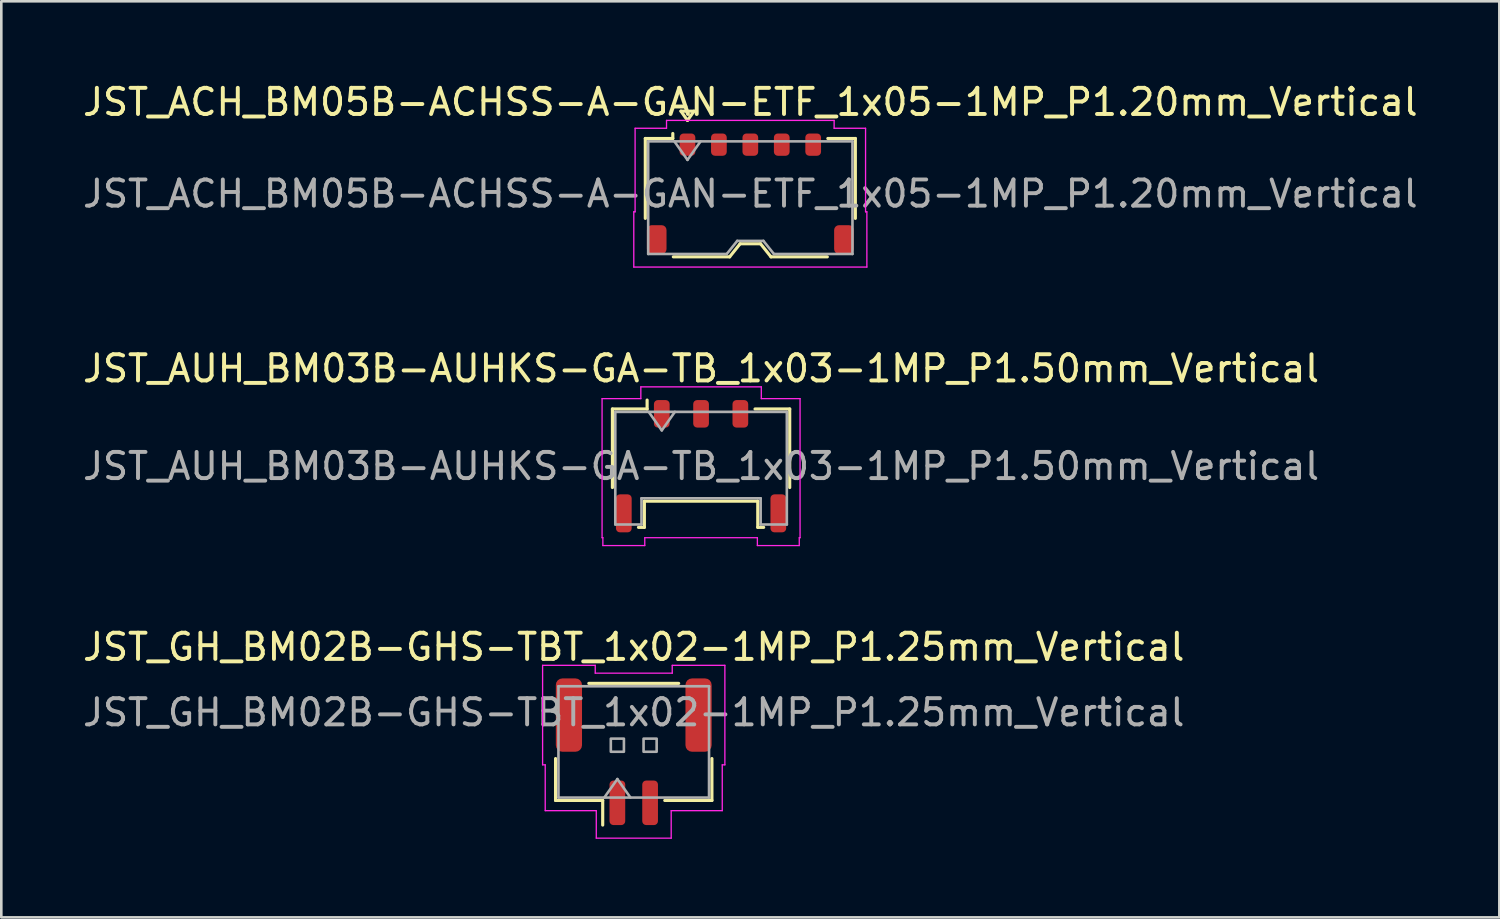
<source format=kicad_pcb>
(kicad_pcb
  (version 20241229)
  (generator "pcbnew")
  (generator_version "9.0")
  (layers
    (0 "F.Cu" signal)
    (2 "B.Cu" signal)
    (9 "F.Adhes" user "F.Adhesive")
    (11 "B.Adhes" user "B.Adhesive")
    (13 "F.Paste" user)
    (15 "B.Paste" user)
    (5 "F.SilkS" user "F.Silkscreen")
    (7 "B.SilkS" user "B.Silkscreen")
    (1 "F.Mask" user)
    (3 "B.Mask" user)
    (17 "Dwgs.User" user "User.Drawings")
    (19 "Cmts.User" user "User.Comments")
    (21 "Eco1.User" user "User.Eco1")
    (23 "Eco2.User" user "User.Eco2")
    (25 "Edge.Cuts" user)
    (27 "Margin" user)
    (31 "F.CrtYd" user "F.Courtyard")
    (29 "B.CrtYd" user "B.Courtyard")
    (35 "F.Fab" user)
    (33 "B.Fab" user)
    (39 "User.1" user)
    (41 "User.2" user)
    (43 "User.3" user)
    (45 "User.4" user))
  (footprint "JST_AUH_BM03B-AUHKS-GA-TB_1x03-1MP_P1.50mm_Vertical"
    (layer "F.Cu")
    (at 23.72 14.752)
    (property "Reference" "JST_AUH_BM03B-AUHKS-GA-TB_1x03-1MP_P1.50mm_Vertical" (at 0 -3.73 0) (layer "F.SilkS") (effects (font (size 1 1) (thickness 0.15))))
    (attr smd)
    (fp_line (start -3.385 -2.185) (end -2.06 -2.185) (stroke (width 0.12) (type solid)) (layer "F.SilkS"))
    (fp_line (start -3.385 0.815) (end -3.385 -2.185) (stroke (width 0.12) (type solid)) (layer "F.SilkS"))
    (fp_line (start -2.39 2.335) (end -2.165 2.335) (stroke (width 0.12) (type solid)) (layer "F.SilkS"))
    (fp_line (start -2.165 1.335) (end 2.165 1.335) (stroke (width 0.12) (type solid)) (layer "F.SilkS"))
    (fp_line (start -2.165 2.335) (end -2.165 1.335) (stroke (width 0.12) (type solid)) (layer "F.SilkS"))
    (fp_line (start -2.06 -2.185) (end -2.06 -2.525) (stroke (width 0.12) (type solid)) (layer "F.SilkS"))
    (fp_line (start 2.165 1.335) (end 2.165 2.335) (stroke (width 0.12) (type solid)) (layer "F.SilkS"))
    (fp_line (start 2.165 2.335) (end 2.39 2.335) (stroke (width 0.12) (type solid)) (layer "F.SilkS"))
    (fp_line (start 3.385 -2.185) (end 2.06 -2.185) (stroke (width 0.12) (type solid)) (layer "F.SilkS"))
    (fp_line (start 3.385 0.815) (end 3.385 -2.185) (stroke (width 0.12) (type solid)) (layer "F.SilkS"))
    (fp_line (start -3.78 -2.58) (end -2.3 -2.58) (stroke (width 0.05) (type solid)) (layer "F.CrtYd"))
    (fp_line (start -3.78 2.73) (end -3.78 -2.58) (stroke (width 0.05) (type solid)) (layer "F.CrtYd"))
    (fp_line (start -3.75 2.73) (end -3.78 2.73) (stroke (width 0.05) (type solid)) (layer "F.CrtYd"))
    (fp_line (start -3.75 3.03) (end -3.75 2.73) (stroke (width 0.05) (type solid)) (layer "F.CrtYd"))
    (fp_line (start -2.3 -3.03) (end 2.3 -3.03) (stroke (width 0.05) (type solid)) (layer "F.CrtYd"))
    (fp_line (start -2.3 -2.58) (end -2.3 -3.03) (stroke (width 0.05) (type solid)) (layer "F.CrtYd"))
    (fp_line (start -2.15 2.73) (end -2.15 3.03) (stroke (width 0.05) (type solid)) (layer "F.CrtYd"))
    (fp_line (start -2.15 3.03) (end -3.75 3.03) (stroke (width 0.05) (type solid)) (layer "F.CrtYd"))
    (fp_line (start 2.15 2.73) (end -2.15 2.73) (stroke (width 0.05) (type solid)) (layer "F.CrtYd"))
    (fp_line (start 2.15 3.03) (end 2.15 2.73) (stroke (width 0.05) (type solid)) (layer "F.CrtYd"))
    (fp_line (start 2.3 -3.03) (end 2.3 -2.58) (stroke (width 0.05) (type solid)) (layer "F.CrtYd"))
    (fp_line (start 2.3 -2.58) (end 3.78 -2.58) (stroke (width 0.05) (type solid)) (layer "F.CrtYd"))
    (fp_line (start 3.75 2.73) (end 3.75 3.03) (stroke (width 0.05) (type solid)) (layer "F.CrtYd"))
    (fp_line (start 3.75 3.03) (end 2.15 3.03) (stroke (width 0.05) (type solid)) (layer "F.CrtYd"))
    (fp_line (start 3.78 -2.58) (end 3.78 2.73) (stroke (width 0.05) (type solid)) (layer "F.CrtYd"))
    (fp_line (start 3.78 2.73) (end 3.75 2.73) (stroke (width 0.05) (type solid)) (layer "F.CrtYd"))
    (fp_line (start -3.275 -2.075) (end -3.275 2.225) (stroke (width 0.1) (type solid)) (layer "F.Fab"))
    (fp_line (start -3.275 -2.075) (end 3.275 -2.075) (stroke (width 0.1) (type solid)) (layer "F.Fab"))
    (fp_line (start -3.275 2.225) (end -2.275 2.225) (stroke (width 0.1) (type solid)) (layer "F.Fab"))
    (fp_line (start -2.275 1.225) (end 2.275 1.225) (stroke (width 0.1) (type solid)) (layer "F.Fab"))
    (fp_line (start -2.275 2.225) (end -2.275 1.225) (stroke (width 0.1) (type solid)) (layer "F.Fab"))
    (fp_line (start -2 -2.075) (end -1.5 -1.368) (stroke (width 0.1) (type solid)) (layer "F.Fab"))
    (fp_line (start -1.5 -1.368) (end -1 -2.075) (stroke (width 0.1) (type solid)) (layer "F.Fab"))
    (fp_line (start 2.275 1.225) (end 2.275 2.225) (stroke (width 0.1) (type solid)) (layer "F.Fab"))
    (fp_line (start 2.275 2.225) (end 3.275 2.225) (stroke (width 0.1) (type solid)) (layer "F.Fab"))
    (fp_line (start 3.275 -2.075) (end 3.275 2.225) (stroke (width 0.1) (type solid)) (layer "F.Fab"))
    (fp_text user "${REFERENCE}" (at 0 0 0) (layer "F.Fab") (effects (font (size 1 1) (thickness 0.15))))
    (pad "1" smd roundrect (at -1.5 -2) (size 0.6 1.05) (layers "F.Cu" "F.Mask" "F.Paste") (roundrect_rratio 0.25))
    (pad "2" smd roundrect (at 0 -2) (size 0.6 1.05) (layers "F.Cu" "F.Mask" "F.Paste") (roundrect_rratio 0.25))
    (pad "3" smd roundrect (at 1.5 -2) (size 0.6 1.05) (layers "F.Cu" "F.Mask" "F.Paste") (roundrect_rratio 0.25))
    (pad "MP" smd roundrect (at -2.95 1.8) (size 0.6 1.45) (layers "F.Cu" "F.Mask" "F.Paste") (roundrect_rratio 0.25))
    (pad "MP" smd roundrect (at 2.95 1.8) (size 0.6 1.45) (layers "F.Cu" "F.Mask" "F.Paste") (roundrect_rratio 0.25)))
  (footprint "JST_ACH_BM05B-ACHSS-A-GAN-ETF_1x05-1MP_P1.20mm_Vertical"
    (layer "F.Cu")
    (at 25.601 4.348)
    (property "Reference" "JST_ACH_BM05B-ACHSS-A-GAN-ETF_1x05-1MP_P1.20mm_Vertical" (at 0 -3.5 0) (layer "F.SilkS") (effects (font (size 1 1) (thickness 0.15))))
    (attr smd)
    (fp_line (start -4.01 -2.11) (end -2.96 -2.11) (stroke (width 0.12) (type solid)) (layer "F.SilkS"))
    (fp_line (start -4.01 0.94) (end -4.01 -2.11) (stroke (width 0.12) (type solid)) (layer "F.SilkS"))
    (fp_line (start -2.96 -2.11) (end -2.96 -2.3) (stroke (width 0.12) (type solid)) (layer "F.SilkS"))
    (fp_line (start -2.94 2.41) (end -0.79 2.41) (stroke (width 0.12) (type solid)) (layer "F.SilkS"))
    (fp_line (start -2.65 -3.154) (end -2.4 -2.8) (stroke (width 0.12) (type solid)) (layer "F.SilkS"))
    (fp_line (start -2.4 -2.8) (end -2.15 -3.154) (stroke (width 0.12) (type solid)) (layer "F.SilkS"))
    (fp_line (start -2.15 -3.154) (end -2.65 -3.154) (stroke (width 0.12) (type solid)) (layer "F.SilkS"))
    (fp_line (start -0.79 2.41) (end -0.39 1.91) (stroke (width 0.12) (type solid)) (layer "F.SilkS"))
    (fp_line (start -0.39 1.91) (end 0.39 1.91) (stroke (width 0.12) (type solid)) (layer "F.SilkS"))
    (fp_line (start 0.39 1.91) (end 0.79 2.41) (stroke (width 0.12) (type solid)) (layer "F.SilkS"))
    (fp_line (start 0.79 2.41) (end 2.94 2.41) (stroke (width 0.12) (type solid)) (layer "F.SilkS"))
    (fp_line (start 4.01 -2.11) (end 2.96 -2.11) (stroke (width 0.12) (type solid)) (layer "F.SilkS"))
    (fp_line (start 4.01 0.94) (end 4.01 -2.11) (stroke (width 0.12) (type solid)) (layer "F.SilkS"))
    (fp_line (start -4.45 0.69) (end -4.4 0.69) (stroke (width 0.05) (type solid)) (layer "F.CrtYd"))
    (fp_line (start -4.45 2.8) (end -4.45 0.69) (stroke (width 0.05) (type solid)) (layer "F.CrtYd"))
    (fp_line (start -4.4 -2.5) (end -3.2 -2.5) (stroke (width 0.05) (type solid)) (layer "F.CrtYd"))
    (fp_line (start -4.4 0.69) (end -4.4 -2.5) (stroke (width 0.05) (type solid)) (layer "F.CrtYd"))
    (fp_line (start -3.2 -2.8) (end 3.2 -2.8) (stroke (width 0.05) (type solid)) (layer "F.CrtYd"))
    (fp_line (start -3.2 -2.5) (end -3.2 -2.8) (stroke (width 0.05) (type solid)) (layer "F.CrtYd"))
    (fp_line (start 3.2 -2.8) (end 3.2 -2.5) (stroke (width 0.05) (type solid)) (layer "F.CrtYd"))
    (fp_line (start 3.2 -2.5) (end 4.4 -2.5) (stroke (width 0.05) (type solid)) (layer "F.CrtYd"))
    (fp_line (start 4.4 -2.5) (end 4.4 0.69) (stroke (width 0.05) (type solid)) (layer "F.CrtYd"))
    (fp_line (start 4.4 0.69) (end 4.45 0.69) (stroke (width 0.05) (type solid)) (layer "F.CrtYd"))
    (fp_line (start 4.45 0.69) (end 4.45 2.8) (stroke (width 0.05) (type solid)) (layer "F.CrtYd"))
    (fp_line (start 4.45 2.8) (end -4.45 2.8) (stroke (width 0.05) (type solid)) (layer "F.CrtYd"))
    (fp_line (start -3.9 -2) (end -3.9 2.3) (stroke (width 0.1) (type solid)) (layer "F.Fab"))
    (fp_line (start -3.9 -2) (end 3.9 -2) (stroke (width 0.1) (type solid)) (layer "F.Fab"))
    (fp_line (start -3.9 2.3) (end -0.9 2.3) (stroke (width 0.1) (type solid)) (layer "F.Fab"))
    (fp_line (start -2.9 -2) (end -2.4 -1.293) (stroke (width 0.1) (type solid)) (layer "F.Fab"))
    (fp_line (start -2.4 -1.293) (end -1.9 -2) (stroke (width 0.1) (type solid)) (layer "F.Fab"))
    (fp_line (start -0.9 2.3) (end -0.5 1.8) (stroke (width 0.1) (type solid)) (layer "F.Fab"))
    (fp_line (start -0.5 1.8) (end 0.5 1.8) (stroke (width 0.1) (type solid)) (layer "F.Fab"))
    (fp_line (start 0.5 1.8) (end 0.9 2.3) (stroke (width 0.1) (type solid)) (layer "F.Fab"))
    (fp_line (start 0.9 2.3) (end 3.9 2.3) (stroke (width 0.1) (type solid)) (layer "F.Fab"))
    (fp_line (start 3.9 -2) (end 3.9 2.3) (stroke (width 0.1) (type solid)) (layer "F.Fab"))
    (fp_text user "${REFERENCE}" (at 0 0 0) (layer "F.Fab") (effects (font (size 1 1) (thickness 0.15))))
    (pad "1" smd roundrect (at -2.4 -1.875) (size 0.6 0.85) (layers "F.Cu" "F.Mask" "F.Paste") (roundrect_rratio 0.25))
    (pad "2" smd roundrect (at -1.2 -1.875) (size 0.6 0.85) (layers "F.Cu" "F.Mask" "F.Paste") (roundrect_rratio 0.25))
    (pad "3" smd roundrect (at 0 -1.875) (size 0.6 0.85) (layers "F.Cu" "F.Mask" "F.Paste") (roundrect_rratio 0.25))
    (pad "4" smd roundrect (at 1.2 -1.875) (size 0.6 0.85) (layers "F.Cu" "F.Mask" "F.Paste") (roundrect_rratio 0.25))
    (pad "5" smd roundrect (at 2.4 -1.875) (size 0.6 0.85) (layers "F.Cu" "F.Mask" "F.Paste") (roundrect_rratio 0.25))
    (pad "MP" smd roundrect (at -3.575 1.75) (size 0.75 1.1) (layers "F.Cu" "F.Mask" "F.Paste") (roundrect_rratio 0.25))
    (pad "MP" smd roundrect (at 3.575 1.75) (size 0.75 1.1) (layers "F.Cu" "F.Mask" "F.Paste") (roundrect_rratio 0.25)))
  (footprint "JST_GH_BM02B-GHS-TBT_1x02-1MP_P1.25mm_Vertical"
    (layer "F.Cu")
    (at 21.149 25.655)
    (property "Reference" "JST_GH_BM02B-GHS-TBT_1x02-1MP_P1.25mm_Vertical" (at 0 -4 0) (layer "F.SilkS") (effects (font (size 1 1) (thickness 0.15))))
    (attr smd)
    (fp_line (start -2.985 0.26) (end -2.985 1.86) (stroke (width 0.12) (type solid)) (layer "F.SilkS"))
    (fp_line (start -2.985 1.86) (end -1.185 1.86) (stroke (width 0.12) (type solid)) (layer "F.SilkS"))
    (fp_line (start -1.715 -2.61) (end 1.715 -2.61) (stroke (width 0.12) (type solid)) (layer "F.SilkS"))
    (fp_line (start -1.185 1.86) (end -1.185 2.8) (stroke (width 0.12) (type solid)) (layer "F.SilkS"))
    (fp_line (start 2.985 0.26) (end 2.985 1.86) (stroke (width 0.12) (type solid)) (layer "F.SilkS"))
    (fp_line (start 2.985 1.86) (end 1.185 1.86) (stroke (width 0.12) (type solid)) (layer "F.SilkS"))
    (fp_line (start -3.48 -3.3) (end -1.47 -3.3) (stroke (width 0.05) (type solid)) (layer "F.CrtYd"))
    (fp_line (start -3.48 0.5) (end -3.48 -3.3) (stroke (width 0.05) (type solid)) (layer "F.CrtYd"))
    (fp_line (start -3.38 0.5) (end -3.48 0.5) (stroke (width 0.05) (type solid)) (layer "F.CrtYd"))
    (fp_line (start -3.38 2.25) (end -3.38 0.5) (stroke (width 0.05) (type solid)) (layer "F.CrtYd"))
    (fp_line (start -1.47 -3.3) (end -1.47 -3) (stroke (width 0.05) (type solid)) (layer "F.CrtYd"))
    (fp_line (start -1.47 -3) (end 1.47 -3) (stroke (width 0.05) (type solid)) (layer "F.CrtYd"))
    (fp_line (start -1.43 2.25) (end -3.38 2.25) (stroke (width 0.05) (type solid)) (layer "F.CrtYd"))
    (fp_line (start -1.43 3.3) (end -1.43 2.25) (stroke (width 0.05) (type solid)) (layer "F.CrtYd"))
    (fp_line (start 1.43 2.25) (end 1.43 3.3) (stroke (width 0.05) (type solid)) (layer "F.CrtYd"))
    (fp_line (start 1.43 3.3) (end -1.43 3.3) (stroke (width 0.05) (type solid)) (layer "F.CrtYd"))
    (fp_line (start 1.47 -3.3) (end 3.48 -3.3) (stroke (width 0.05) (type solid)) (layer "F.CrtYd"))
    (fp_line (start 1.47 -3) (end 1.47 -3.3) (stroke (width 0.05) (type solid)) (layer "F.CrtYd"))
    (fp_line (start 3.38 0.5) (end 3.38 2.25) (stroke (width 0.05) (type solid)) (layer "F.CrtYd"))
    (fp_line (start 3.38 2.25) (end 1.43 2.25) (stroke (width 0.05) (type solid)) (layer "F.CrtYd"))
    (fp_line (start 3.48 -3.3) (end 3.48 0.5) (stroke (width 0.05) (type solid)) (layer "F.CrtYd"))
    (fp_line (start 3.48 0.5) (end 3.38 0.5) (stroke (width 0.05) (type solid)) (layer "F.CrtYd"))
    (fp_line (start -2.875 -2.5) (end 2.875 -2.5) (stroke (width 0.1) (type solid)) (layer "F.Fab"))
    (fp_line (start -2.875 1.75) (end -2.875 -2.5) (stroke (width 0.1) (type solid)) (layer "F.Fab"))
    (fp_line (start -2.875 1.75) (end 2.875 1.75) (stroke (width 0.1) (type solid)) (layer "F.Fab"))
    (fp_line (start -1.125 1.75) (end -0.625 1.043) (stroke (width 0.1) (type solid)) (layer "F.Fab"))
    (fp_line (start -0.625 1.043) (end -0.125 1.75) (stroke (width 0.1) (type solid)) (layer "F.Fab"))
    (fp_line (start 2.875 1.75) (end 2.875 -2.5) (stroke (width 0.1) (type solid)) (layer "F.Fab"))
    (fp_rect (start -0.875 -0.5) (end -0.375 0) (stroke (width 0.1) (type solid)) (fill no) (layer "F.Fab"))
    (fp_rect (start 0.375 -0.5) (end 0.875 0) (stroke (width 0.1) (type solid)) (fill no) (layer "F.Fab"))
    (fp_text user "${REFERENCE}" (at 0 -1.5 0) (layer "F.Fab") (effects (font (size 1 1) (thickness 0.15))))
    (pad "1" smd roundrect (at -0.625 1.95) (size 0.6 1.7) (layers "F.Cu" "F.Mask" "F.Paste") (roundrect_rratio 0.25))
    (pad "2" smd roundrect (at 0.625 1.95) (size 0.6 1.7) (layers "F.Cu" "F.Mask" "F.Paste") (roundrect_rratio 0.25))
    (pad "MP" smd roundrect (at -2.475 -1.4) (size 1 2.8) (layers "F.Cu" "F.Mask" "F.Paste") (roundrect_rratio 0.25))
    (pad "MP" smd roundrect (at 2.475 -1.4) (size 1 2.8) (layers "F.Cu" "F.Mask" "F.Paste") (roundrect_rratio 0.25)))
  (gr_rect
    (start -3 -3)
    (end 54.202 31.98)
    (stroke (width 0.1) (type default))
    (fill no)
    (layer "Edge.Cuts")))
</source>
